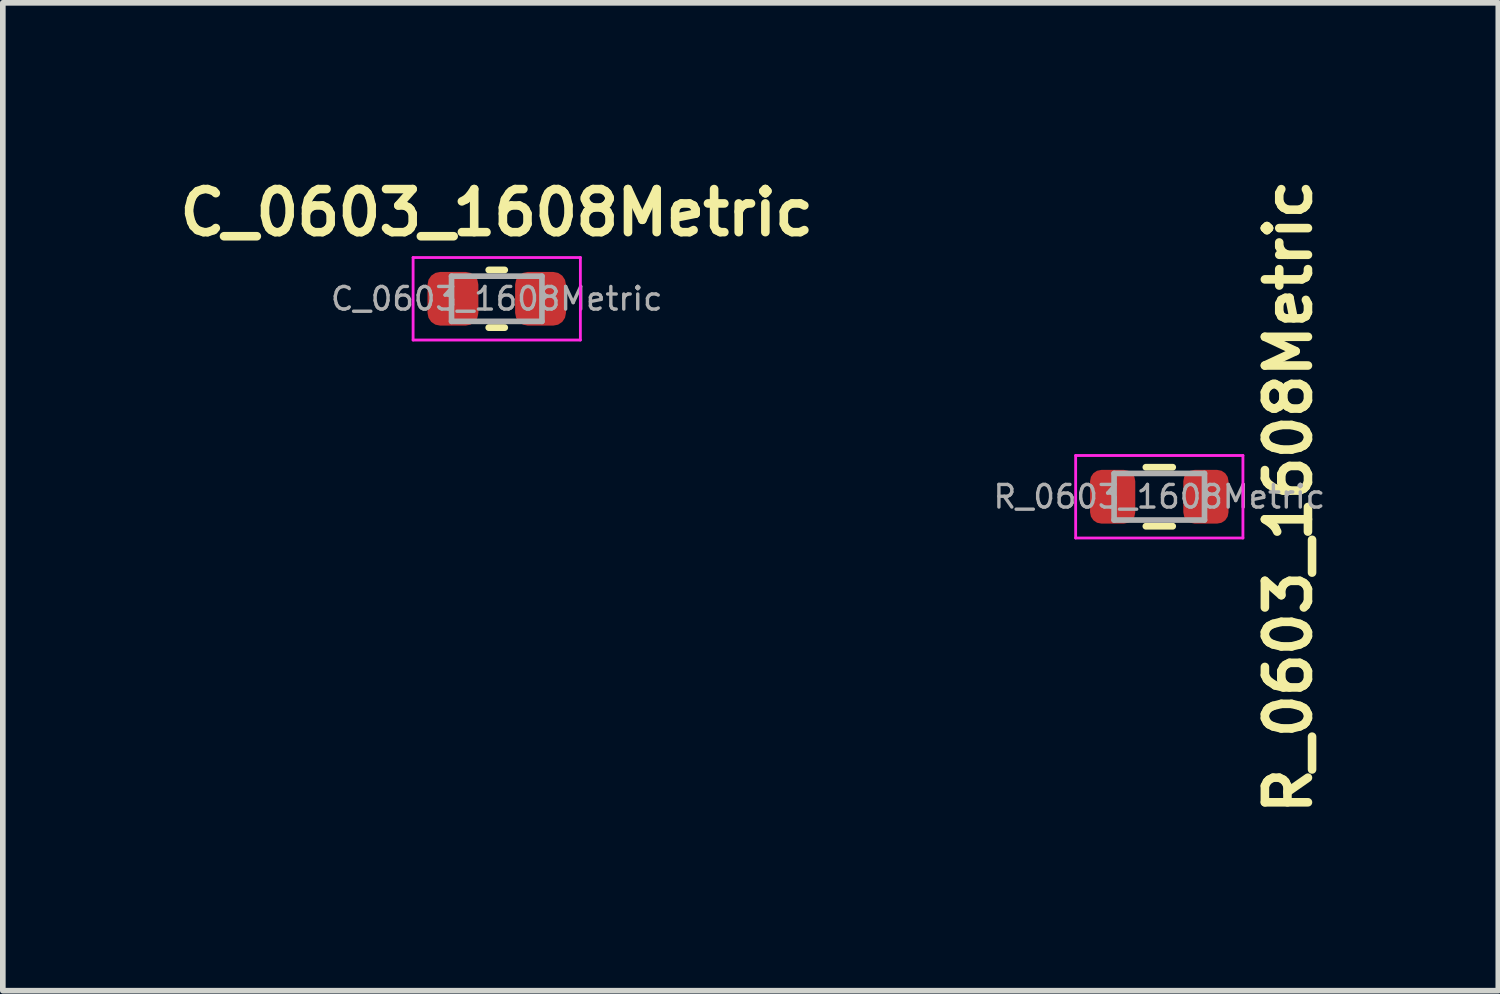
<source format=kicad_pcb>
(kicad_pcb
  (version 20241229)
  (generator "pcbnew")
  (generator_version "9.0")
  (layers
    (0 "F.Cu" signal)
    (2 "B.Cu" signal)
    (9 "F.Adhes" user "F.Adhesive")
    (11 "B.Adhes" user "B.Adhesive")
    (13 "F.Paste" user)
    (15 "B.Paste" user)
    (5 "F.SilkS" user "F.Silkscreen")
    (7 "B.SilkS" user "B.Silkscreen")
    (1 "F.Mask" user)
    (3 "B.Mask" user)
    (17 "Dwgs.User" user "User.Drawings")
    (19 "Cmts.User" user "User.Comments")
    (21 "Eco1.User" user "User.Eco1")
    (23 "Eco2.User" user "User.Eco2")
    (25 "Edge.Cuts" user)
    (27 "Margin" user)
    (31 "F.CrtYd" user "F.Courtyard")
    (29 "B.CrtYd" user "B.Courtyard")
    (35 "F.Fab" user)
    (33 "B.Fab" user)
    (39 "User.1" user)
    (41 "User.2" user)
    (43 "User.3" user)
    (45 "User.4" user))
  (footprint "R_0603_1608Metric"
    (layer "F.Cu")
    (at 17.464 5.74)
    (property "Reference" "R_0603_1608Metric" (at 2.286 0 90) (layer "F.SilkS") (effects (font (size 0.762 0.762) (thickness 0.152))))
    (attr smd)
    (fp_line (start -0.237 -0.522) (end 0.237 -0.522) (stroke (width 0.12) (type solid)) (layer "F.SilkS"))
    (fp_line (start -0.237 0.522) (end 0.237 0.522) (stroke (width 0.12) (type solid)) (layer "F.SilkS"))
    (fp_line (start -1.48 -0.73) (end 1.48 -0.73) (stroke (width 0.05) (type solid)) (layer "F.CrtYd"))
    (fp_line (start -1.48 0.73) (end -1.48 -0.73) (stroke (width 0.05) (type solid)) (layer "F.CrtYd"))
    (fp_line (start 1.48 -0.73) (end 1.48 0.73) (stroke (width 0.05) (type solid)) (layer "F.CrtYd"))
    (fp_line (start 1.48 0.73) (end -1.48 0.73) (stroke (width 0.05) (type solid)) (layer "F.CrtYd"))
    (fp_line (start -0.8 -0.412) (end 0.8 -0.412) (stroke (width 0.1) (type solid)) (layer "F.Fab"))
    (fp_line (start -0.8 0.412) (end -0.8 -0.412) (stroke (width 0.1) (type solid)) (layer "F.Fab"))
    (fp_line (start 0.8 -0.412) (end 0.8 0.412) (stroke (width 0.1) (type solid)) (layer "F.Fab"))
    (fp_line (start 0.8 0.412) (end -0.8 0.412) (stroke (width 0.1) (type solid)) (layer "F.Fab"))
    (fp_text user "${REFERENCE}" (at 0 0 0) (layer "F.Fab") (effects (font (size 0.4 0.4) (thickness 0.06))))
    (pad "1" smd roundrect (at -0.825 0) (size 0.8 0.95) (layers "F.Cu" "F.Mask" "F.Paste") (roundrect_rratio 0.25))
    (pad "2" smd roundrect (at 0.825 0) (size 0.8 0.95) (layers "F.Cu" "F.Mask" "F.Paste") (roundrect_rratio 0.25)))
  (footprint "C_0603_1608Metric"
    (layer "F.Cu")
    (at 5.74 2.237)
    (property "Reference" "C_0603_1608Metric" (at 0 -1.524 180) (layer "F.SilkS") (effects (font (size 0.762 0.762) (thickness 0.152))))
    (attr smd)
    (fp_line (start -0.141 -0.51) (end 0.141 -0.51) (stroke (width 0.12) (type solid)) (layer "F.SilkS"))
    (fp_line (start -0.141 0.51) (end 0.141 0.51) (stroke (width 0.12) (type solid)) (layer "F.SilkS"))
    (fp_line (start -1.48 -0.73) (end 1.48 -0.73) (stroke (width 0.05) (type solid)) (layer "F.CrtYd"))
    (fp_line (start -1.48 0.73) (end -1.48 -0.73) (stroke (width 0.05) (type solid)) (layer "F.CrtYd"))
    (fp_line (start 1.48 -0.73) (end 1.48 0.73) (stroke (width 0.05) (type solid)) (layer "F.CrtYd"))
    (fp_line (start 1.48 0.73) (end -1.48 0.73) (stroke (width 0.05) (type solid)) (layer "F.CrtYd"))
    (fp_line (start -0.8 -0.4) (end 0.8 -0.4) (stroke (width 0.1) (type solid)) (layer "F.Fab"))
    (fp_line (start -0.8 0.4) (end -0.8 -0.4) (stroke (width 0.1) (type solid)) (layer "F.Fab"))
    (fp_line (start 0.8 -0.4) (end 0.8 0.4) (stroke (width 0.1) (type solid)) (layer "F.Fab"))
    (fp_line (start 0.8 0.4) (end -0.8 0.4) (stroke (width 0.1) (type solid)) (layer "F.Fab"))
    (fp_text user "${REFERENCE}" (at 0 0 180) (layer "F.Fab") (effects (font (size 0.4 0.4) (thickness 0.06))))
    (pad "1" smd roundrect (at -0.775 0) (size 0.9 0.95) (layers "F.Cu" "F.Mask" "F.Paste") (roundrect_rratio 0.25))
    (pad "2" smd roundrect (at 0.775 0) (size 0.9 0.95) (layers "F.Cu" "F.Mask" "F.Paste") (roundrect_rratio 0.25)))
  (gr_rect
    (start -3 -3)
    (end 23.463 14.481)
    (stroke (width 0.1) (type default))
    (fill no)
    (layer "Edge.Cuts")))
</source>
